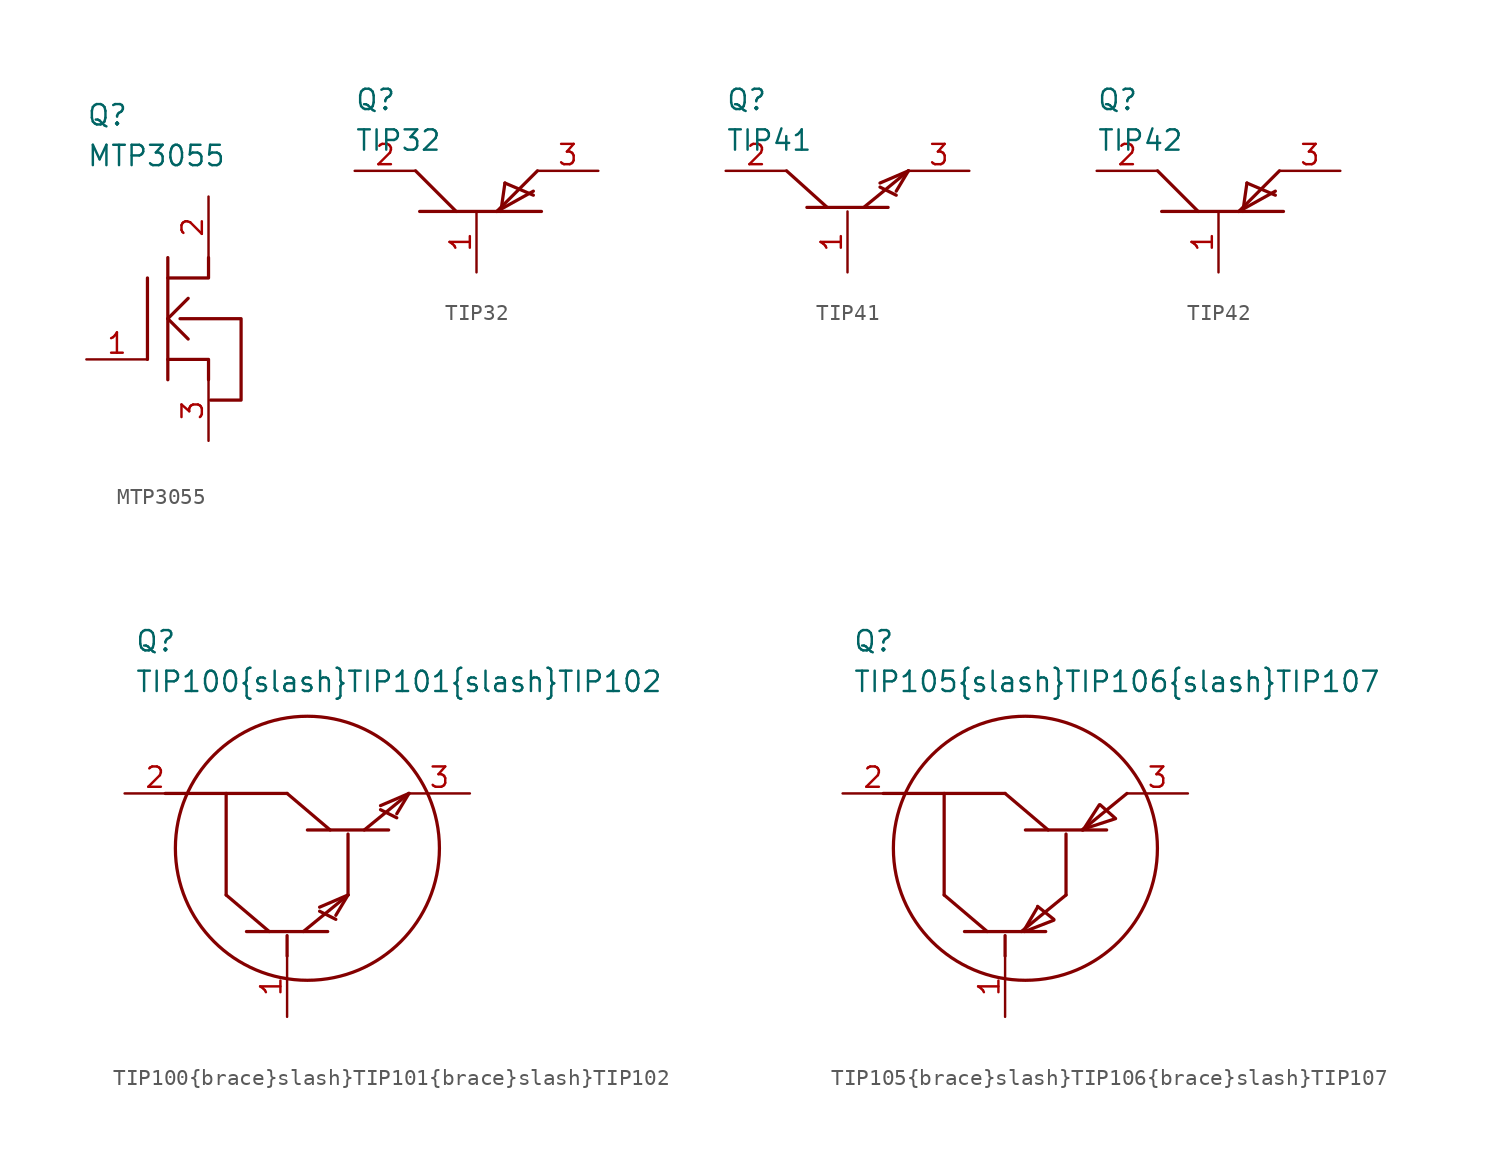
<source format=kicad_sym>
(kicad_symbol_lib
  (version 20211014)
  (generator kicad_symbol_editor)
  (symbol "MTP3055"
    (property "Reference" "Q"
      (at -5.08 12.7 0)
      (effects (font (size 1.27 1.27)) (justify left)))
    (property "Value" "MTP3055"
      (at -5.08 10.16 0)
      (effects (font (size 1.27 1.27)) (justify left)))
    (property "ki_locked" ""
      (at 0 0 0)
      (effects (font (size 1.27 1.27))))
    (symbol "MTP3055_0_0"
      (polyline (pts (xy -1.27 2.54) (xy -1.27 -2.54)) (stroke (width 0.203) (type default) (color 0 0 0 0)) (fill (type none)))
      (polyline (pts (xy 0 0) (xy 1.27 -1.27)) (stroke (width 0.203) (type default) (color 0 0 0 0)) (fill (type none)))
      (polyline (pts (xy 0 0) (xy 1.27 1.27)) (stroke (width 0.203) (type default) (color 0 0 0 0)) (fill (type none)))
      (polyline (pts (xy 0 3.81) (xy 0 -3.81)) (stroke (width 0.203) (type default) (color 0 0 0 0)) (fill (type none)))
      (polyline (pts (xy 0 2.54) (xy 2.54 2.54) (xy 2.54 3.81)) (stroke (width 0.203) (type default) (color 0 0 0 0)) (fill (type none)))
      (polyline (pts (xy 2.54 -3.81) (xy 2.54 -2.54) (xy 0 -2.54)) (stroke (width 0.203) (type default) (color 0 0 0 0)) (fill (type none)))
      (polyline (pts (xy 0.762 0) (xy 4.572 0) (xy 4.572 -5.08) (xy 2.667 -5.08)) (stroke (width 0.203) (type default) (color 0 0 0 0)) (fill (type none))))
    (symbol "MTP3055_1_0"
      (pin unspecified line (at -5.08 -2.54 0) (length 3.81) (name "~" (effects (font (size 1.27 1.27)))) (number "1" (effects (font (size 1.27 1.27)))))
      (pin unspecified line (at 2.54 7.62 270) (length 3.81) (name "~" (effects (font (size 1.27 1.27)))) (number "2" (effects (font (size 1.27 1.27)))))
      (pin unspecified line (at 2.54 -7.62 90) (length 3.81) (name "~" (effects (font (size 1.27 1.27)))) (number "3" (effects (font (size 1.27 1.27)))))))
  (symbol "TIP32"
    (property "Reference" "Q"
      (at -7.62 8.255 0)
      (effects (font (size 1.27 1.27)) (justify left)))
    (property "Value" "TIP32"
      (at -7.62 5.715 0)
      (effects (font (size 1.27 1.27)) (justify left)))
    (property "ki_locked" ""
      (at 0 0 0)
      (effects (font (size 1.27 1.27))))
    (symbol "TIP32_0_0"
      (polyline (pts (xy -3.556 1.27) (xy 4.064 1.27)) (stroke (width 0.203) (type default) (color 0 0 0 0)) (fill (type none)))
      (polyline (pts (xy -1.27 1.27) (xy -3.81 3.81)) (stroke (width 0.203) (type default) (color 0 0 0 0)) (fill (type none)))
      (polyline (pts (xy 1.27 1.27) (xy 3.81 3.81)) (stroke (width 0.203) (type default) (color 0 0 0 0)) (fill (type none)))
      (polyline (pts (xy 1.778 3.048) (xy 1.524 1.27)) (stroke (width 0.203) (type default) (color 0 0 0 0)) (fill (type none)))
      (polyline (pts (xy 1.778 3.048) (xy 3.556 2.286)) (stroke (width 0.203) (type default) (color 0 0 0 0)) (fill (type none)))
      (polyline (pts (xy 3.556 2.54) (xy 1.27 1.27)) (stroke (width 0.203) (type default) (color 0 0 0 0)) (fill (type none))))
    (symbol "TIP32_1_0"
      (pin unspecified line (at 0 -2.54 90) (length 3.81) (name "~" (effects (font (size 1.27 1.27)))) (number "1" (effects (font (size 1.27 1.27)))))
      (pin unspecified line (at -7.62 3.81 0) (length 3.81) (name "~" (effects (font (size 1.27 1.27)))) (number "2" (effects (font (size 1.27 1.27)))))
      (pin unspecified line (at 7.62 3.81 180) (length 3.81) (name "~" (effects (font (size 1.27 1.27)))) (number "3" (effects (font (size 1.27 1.27)))))))
  (symbol "TIP41"
    (property "Reference" "Q"
      (at -7.62 8.255 0)
      (effects (font (size 1.27 1.27)) (justify left)))
    (property "Value" "TIP41"
      (at -7.62 5.715 0)
      (effects (font (size 1.27 1.27)) (justify left)))
    (property "ki_locked" ""
      (at 0 0 0)
      (effects (font (size 1.27 1.27))))
    (symbol "TIP41_0_0"
      (polyline (pts (xy -2.54 1.524) (xy 2.54 1.524)) (stroke (width 0.203) (type default) (color 0 0 0 0)) (fill (type none)))
      (polyline (pts (xy -1.27 1.524) (xy -3.81 3.81)) (stroke (width 0.203) (type default) (color 0 0 0 0)) (fill (type none)))
      (polyline (pts (xy 1.016 1.524) (xy 3.81 3.81)) (stroke (width 0.203) (type default) (color 0 0 0 0)) (fill (type none)))
      (polyline (pts (xy 2.032 2.794) (xy 3.048 2.286)) (stroke (width 0.203) (type default) (color 0 0 0 0)) (fill (type none)))
      (polyline (pts (xy 2.032 3.048) (xy 3.81 3.81)) (stroke (width 0.203) (type default) (color 0 0 0 0)) (fill (type none)))
      (polyline (pts (xy 3.048 2.54) (xy 3.81 3.81)) (stroke (width 0.203) (type default) (color 0 0 0 0)) (fill (type none))))
    (symbol "TIP41_1_0"
      (pin unspecified line (at 0 -2.54 90) (length 3.81) (name "~" (effects (font (size 1.27 1.27)))) (number "1" (effects (font (size 1.27 1.27)))))
      (pin unspecified line (at -7.62 3.81 0) (length 3.81) (name "~" (effects (font (size 1.27 1.27)))) (number "2" (effects (font (size 1.27 1.27)))))
      (pin unspecified line (at 7.62 3.81 180) (length 3.81) (name "~" (effects (font (size 1.27 1.27)))) (number "3" (effects (font (size 1.27 1.27)))))))
  (symbol "TIP42"
    (property "Reference" "Q"
      (at -7.62 8.255 0)
      (effects (font (size 1.27 1.27)) (justify left)))
    (property "Value" "TIP42"
      (at -7.62 5.715 0)
      (effects (font (size 1.27 1.27)) (justify left)))
    (property "ki_locked" ""
      (at 0 0 0)
      (effects (font (size 1.27 1.27))))
    (symbol "TIP42_0_0"
      (polyline (pts (xy -3.556 1.27) (xy 4.064 1.27)) (stroke (width 0.203) (type default) (color 0 0 0 0)) (fill (type none)))
      (polyline (pts (xy -1.27 1.27) (xy -3.81 3.81)) (stroke (width 0.203) (type default) (color 0 0 0 0)) (fill (type none)))
      (polyline (pts (xy 1.27 1.27) (xy 3.81 3.81)) (stroke (width 0.203) (type default) (color 0 0 0 0)) (fill (type none)))
      (polyline (pts (xy 1.778 3.048) (xy 1.524 1.27)) (stroke (width 0.203) (type default) (color 0 0 0 0)) (fill (type none)))
      (polyline (pts (xy 1.778 3.048) (xy 3.556 2.286)) (stroke (width 0.203) (type default) (color 0 0 0 0)) (fill (type none)))
      (polyline (pts (xy 3.556 2.54) (xy 1.27 1.27)) (stroke (width 0.203) (type default) (color 0 0 0 0)) (fill (type none))))
    (symbol "TIP42_1_0"
      (pin unspecified line (at 0 -2.54 90) (length 3.81) (name "~" (effects (font (size 1.27 1.27)))) (number "1" (effects (font (size 1.27 1.27)))))
      (pin unspecified line (at -7.62 3.81 0) (length 3.81) (name "~" (effects (font (size 1.27 1.27)))) (number "2" (effects (font (size 1.27 1.27)))))
      (pin unspecified line (at 7.62 3.81 180) (length 3.81) (name "~" (effects (font (size 1.27 1.27)))) (number "3" (effects (font (size 1.27 1.27)))))))
  (symbol "TIP100{brace}slash}TIP101{brace}slash}TIP102"
    (property "Reference" "Q"
      (at -10.795 14.605 0)
      (effects (font (size 1.27 1.27)) (justify left)))
    (property "Value" "TIP100{brace}slash}TIP101{brace}slash}TIP102"
      (at -10.795 12.065 0)
      (effects (font (size 1.27 1.27)) (justify left)))
    (property "ki_locked" ""
      (at 0 0 0)
      (effects (font (size 1.27 1.27))))
    (symbol "TIP100{brace}slash}TIP101{brace}slash}TIP102_0_0"
      (polyline (pts (xy -8.89 5.08) (xy -5.08 5.08)) (stroke (width 0.203) (type default) (color 0 0 0 0)) (fill (type none)))
      (polyline (pts (xy -3.81 -3.556) (xy 1.27 -3.556)) (stroke (width 0.203) (type default) (color 0 0 0 0)) (fill (type none)))
      (polyline (pts (xy -2.388 -3.556) (xy -5.08 -1.27)) (stroke (width 0.203) (type default) (color 0 0 0 0)) (fill (type none)))
      (polyline (pts (xy -1.27 -5.08) (xy -1.27 -3.81)) (stroke (width 0.203) (type default) (color 0 0 0 0)) (fill (type none)))
      (polyline (pts (xy -0.254 -3.556) (xy 2.54 -1.27)) (stroke (width 0.203) (type default) (color 0 0 0 0)) (fill (type none)))
      (polyline (pts (xy 0 2.794) (xy 5.08 2.794)) (stroke (width 0.203) (type default) (color 0 0 0 0)) (fill (type none)))
      (polyline (pts (xy 0.762 -2.286) (xy 1.778 -2.794)) (stroke (width 0.203) (type default) (color 0 0 0 0)) (fill (type none)))
      (polyline (pts (xy 0.762 -2.032) (xy 2.54 -1.27)) (stroke (width 0.203) (type default) (color 0 0 0 0)) (fill (type none)))
      (polyline (pts (xy 1.422 2.794) (xy -1.27 5.08)) (stroke (width 0.203) (type default) (color 0 0 0 0)) (fill (type none)))
      (polyline (pts (xy 1.778 -2.54) (xy 2.54 -1.27)) (stroke (width 0.203) (type default) (color 0 0 0 0)) (fill (type none)))
      (polyline (pts (xy 2.54 -1.27) (xy 2.54 2.54)) (stroke (width 0.203) (type default) (color 0 0 0 0)) (fill (type none)))
      (polyline (pts (xy 3.556 2.794) (xy 6.35 5.08)) (stroke (width 0.203) (type default) (color 0 0 0 0)) (fill (type none)))
      (polyline (pts (xy 4.572 4.064) (xy 5.588 3.556)) (stroke (width 0.203) (type default) (color 0 0 0 0)) (fill (type none)))
      (polyline (pts (xy 4.572 4.318) (xy 6.35 5.08)) (stroke (width 0.203) (type default) (color 0 0 0 0)) (fill (type none)))
      (polyline (pts (xy 5.588 3.81) (xy 6.35 5.08)) (stroke (width 0.203) (type default) (color 0 0 0 0)) (fill (type none)))
      (polyline (pts (xy -5.08 -1.27) (xy -5.08 5.08) (xy -1.27 5.08)) (stroke (width 0.203) (type default) (color 0 0 0 0)) (fill (type none)))
      (circle (center 0 1.651) (radius 8.255) (stroke (width 0.203) (type default) (color 0 0 0 0)) (fill (type none))))
    (symbol "TIP100{brace}slash}TIP101{brace}slash}TIP102_1_0"
      (pin unspecified line (at -1.27 -8.89 90) (length 3.81) (name "~" (effects (font (size 1.27 1.27)))) (number "1" (effects (font (size 1.27 1.27)))))
      (pin unspecified line (at -11.43 5.08 0) (length 3.81) (name "~" (effects (font (size 1.27 1.27)))) (number "2" (effects (font (size 1.27 1.27)))))
      (pin unspecified line (at 10.16 5.08 180) (length 3.81) (name "~" (effects (font (size 1.27 1.27)))) (number "3" (effects (font (size 1.27 1.27)))))))
  (symbol "TIP105{brace}slash}TIP106{brace}slash}TIP107"
    (property "Reference" "Q"
      (at -10.795 14.605 0)
      (effects (font (size 1.27 1.27)) (justify left)))
    (property "Value" "TIP105{brace}slash}TIP106{brace}slash}TIP107"
      (at -10.795 12.065 0)
      (effects (font (size 1.27 1.27)) (justify left)))
    (property "ki_locked" ""
      (at 0 0 0)
      (effects (font (size 1.27 1.27))))
    (symbol "TIP105{brace}slash}TIP106{brace}slash}TIP107_0_0"
      (polyline (pts (xy -8.89 5.08) (xy -5.08 5.08)) (stroke (width 0.203) (type default) (color 0 0 0 0)) (fill (type none)))
      (polyline (pts (xy -3.81 -3.556) (xy 1.27 -3.556)) (stroke (width 0.203) (type default) (color 0 0 0 0)) (fill (type none)))
      (polyline (pts (xy -2.388 -3.556) (xy -5.08 -1.27)) (stroke (width 0.203) (type default) (color 0 0 0 0)) (fill (type none)))
      (polyline (pts (xy -1.27 -5.08) (xy -1.27 -3.81)) (stroke (width 0.203) (type default) (color 0 0 0 0)) (fill (type none)))
      (polyline (pts (xy -0.254 -3.556) (xy 2.54 -1.27)) (stroke (width 0.203) (type default) (color 0 0 0 0)) (fill (type none)))
      (polyline (pts (xy 0 2.794) (xy 5.08 2.794)) (stroke (width 0.203) (type default) (color 0 0 0 0)) (fill (type none)))
      (polyline (pts (xy 0.762 -2.032) (xy -0.102 -3.505)) (stroke (width 0.203) (type default) (color 0 0 0 0)) (fill (type none)))
      (polyline (pts (xy 0.762 -1.981) (xy 1.778 -2.794)) (stroke (width 0.203) (type default) (color 0 0 0 0)) (fill (type none)))
      (polyline (pts (xy 1.422 2.794) (xy -1.27 5.08)) (stroke (width 0.203) (type default) (color 0 0 0 0)) (fill (type none)))
      (polyline (pts (xy 1.778 -2.845) (xy -0.051 -3.556)) (stroke (width 0.203) (type default) (color 0 0 0 0)) (fill (type none)))
      (polyline (pts (xy 2.54 -1.27) (xy 2.54 2.54)) (stroke (width 0.203) (type default) (color 0 0 0 0)) (fill (type none)))
      (polyline (pts (xy 3.556 2.794) (xy 6.35 5.08)) (stroke (width 0.203) (type default) (color 0 0 0 0)) (fill (type none)))
      (polyline (pts (xy 4.623 4.369) (xy 3.607 2.794)) (stroke (width 0.203) (type default) (color 0 0 0 0)) (fill (type none)))
      (polyline (pts (xy 4.674 4.369) (xy 5.588 3.556)) (stroke (width 0.203) (type default) (color 0 0 0 0)) (fill (type none)))
      (polyline (pts (xy 5.639 3.505) (xy 3.607 2.845)) (stroke (width 0.203) (type default) (color 0 0 0 0)) (fill (type none)))
      (polyline (pts (xy -5.08 -1.27) (xy -5.08 5.08) (xy -1.27 5.08)) (stroke (width 0.203) (type default) (color 0 0 0 0)) (fill (type none)))
      (circle (center 0 1.651) (radius 8.255) (stroke (width 0.203) (type default) (color 0 0 0 0)) (fill (type none))))
    (symbol "TIP105{brace}slash}TIP106{brace}slash}TIP107_1_0"
      (pin unspecified line (at -1.27 -8.89 90) (length 3.81) (name "~" (effects (font (size 1.27 1.27)))) (number "1" (effects (font (size 1.27 1.27)))))
      (pin unspecified line (at -11.43 5.08 0) (length 3.81) (name "~" (effects (font (size 1.27 1.27)))) (number "2" (effects (font (size 1.27 1.27)))))
      (pin unspecified line (at 10.16 5.08 180) (length 3.81) (name "~" (effects (font (size 1.27 1.27)))) (number "3" (effects (font (size 1.27 1.27))))))))
</source>
